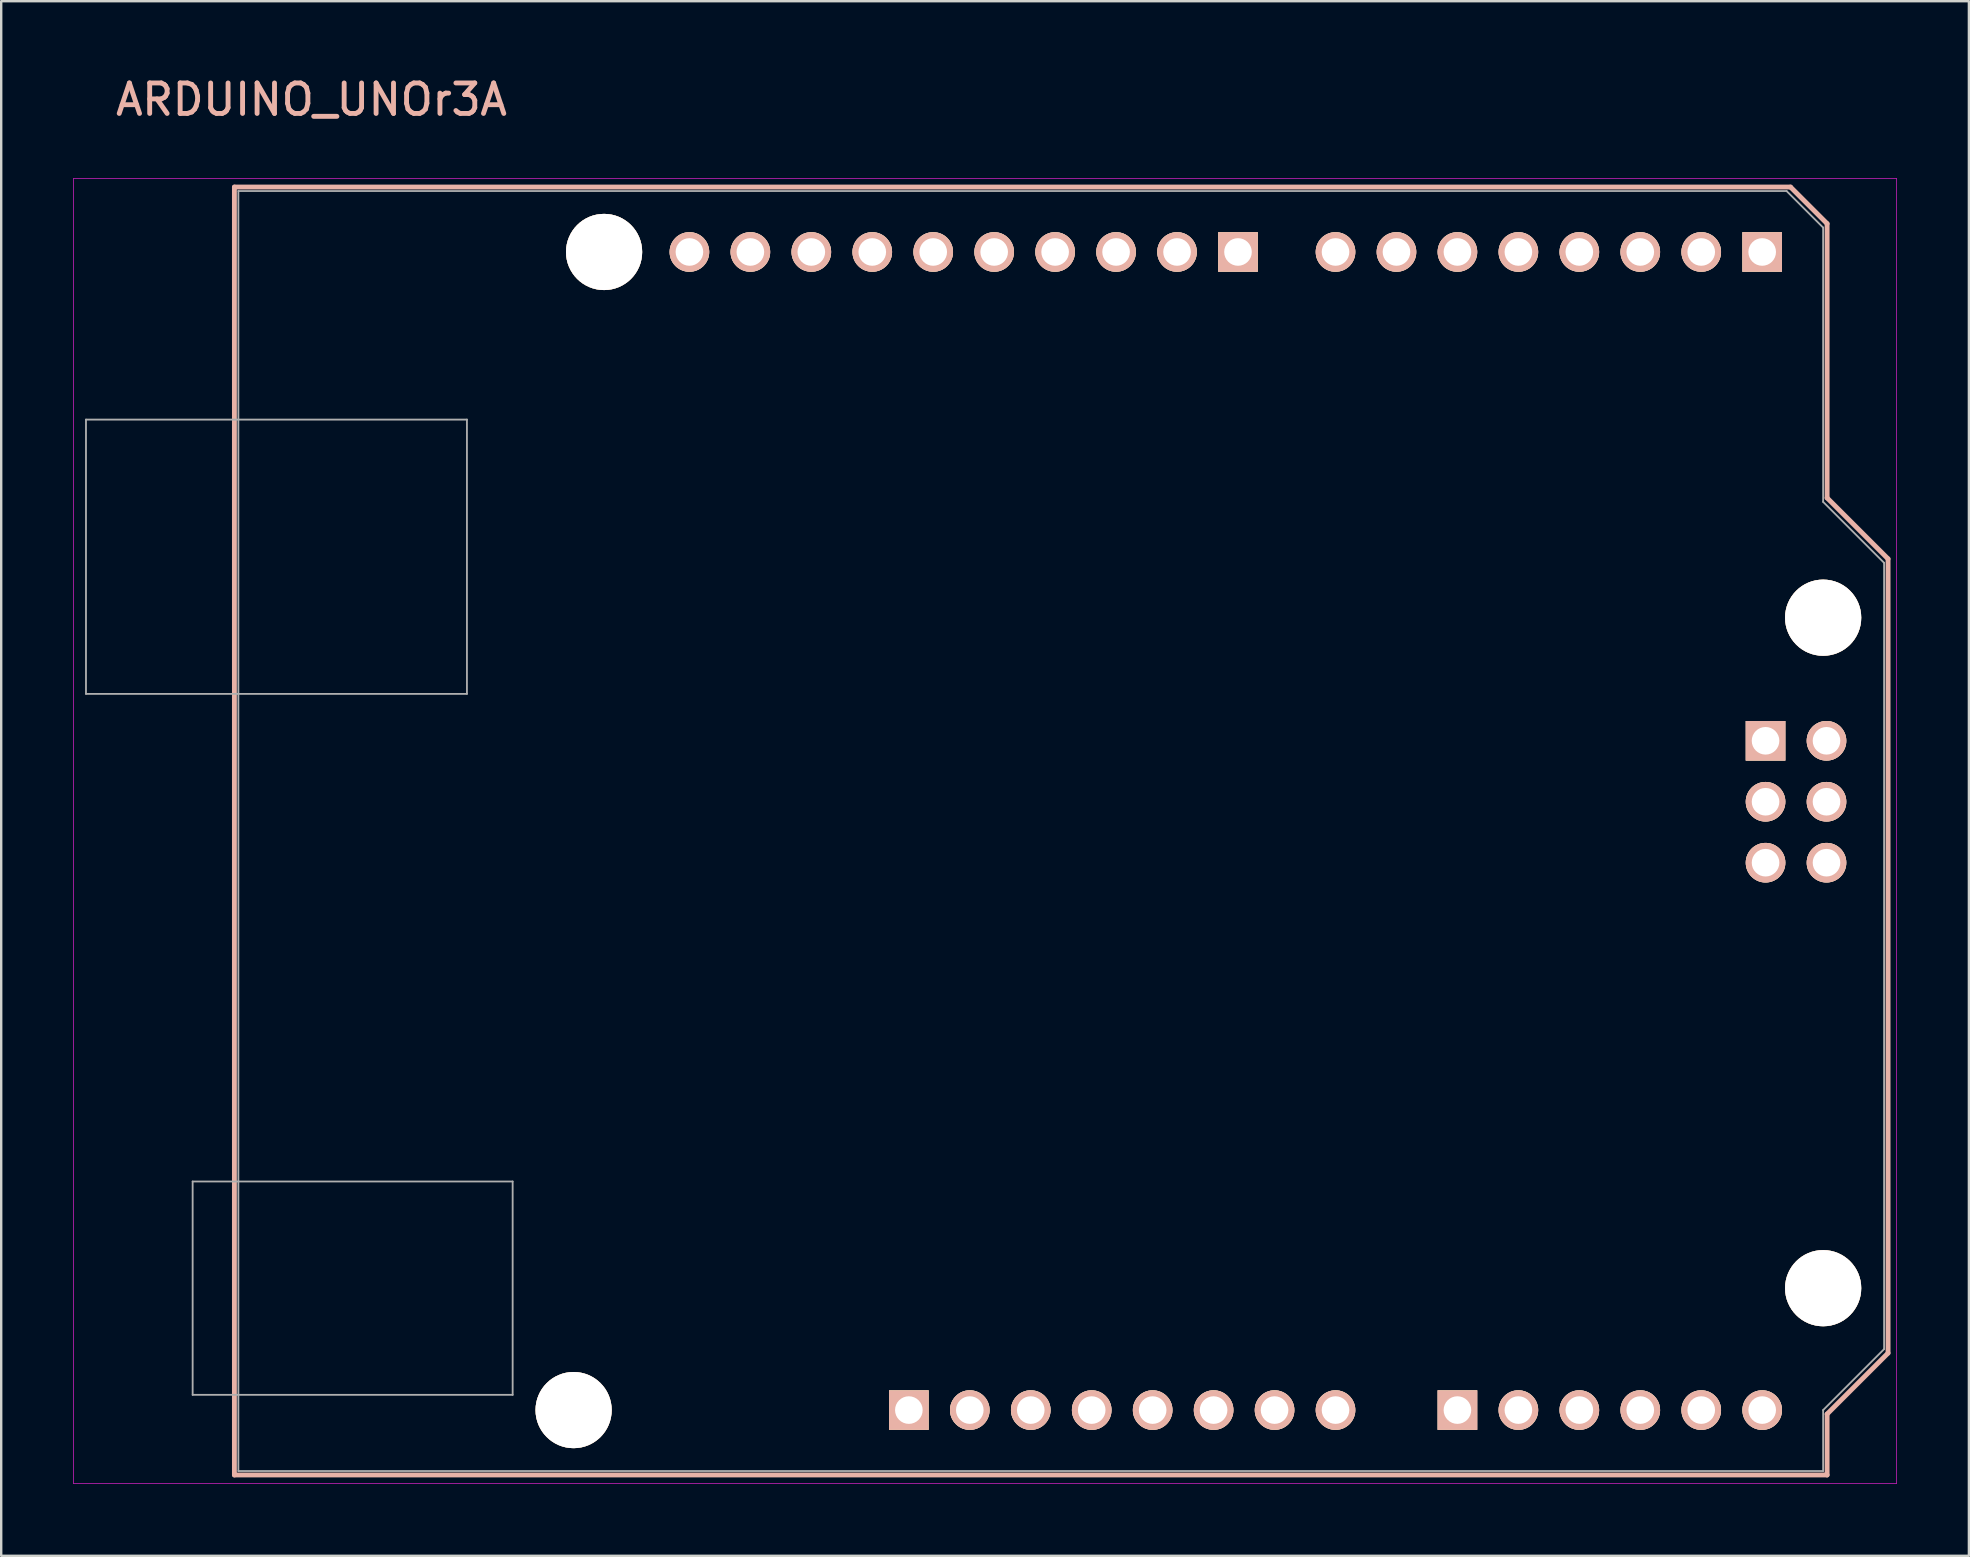
<source format=kicad_pcb>
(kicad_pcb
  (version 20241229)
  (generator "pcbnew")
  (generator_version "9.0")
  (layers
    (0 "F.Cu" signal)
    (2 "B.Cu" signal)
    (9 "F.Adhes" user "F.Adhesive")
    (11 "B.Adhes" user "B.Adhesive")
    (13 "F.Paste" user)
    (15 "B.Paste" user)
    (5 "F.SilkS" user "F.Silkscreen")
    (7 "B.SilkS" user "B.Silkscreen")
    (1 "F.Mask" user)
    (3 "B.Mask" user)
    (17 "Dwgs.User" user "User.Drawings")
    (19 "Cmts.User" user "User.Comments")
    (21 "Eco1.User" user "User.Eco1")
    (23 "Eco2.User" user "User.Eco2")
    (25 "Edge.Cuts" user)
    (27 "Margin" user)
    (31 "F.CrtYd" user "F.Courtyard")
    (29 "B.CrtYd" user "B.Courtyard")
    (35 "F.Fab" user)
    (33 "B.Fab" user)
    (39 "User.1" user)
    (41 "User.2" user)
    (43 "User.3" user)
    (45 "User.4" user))
  (footprint "ARDUINO_UNOr3A"
    (layer "F.Cu")
    (at 6.883 58.25)
    (property "Reference" "ARDUINO_UNOr3A" (at 3.048 -57.15 0) (layer "B.SilkS") (effects (font (size 1.27 1.27) (thickness 0.203))))
    (attr through_hole)
    (fp_line (start -0.165 0.165) (end -0.165 -53.505) (stroke (width 0.203) (type solid)) (layer "B.SilkS"))
    (fp_line (start 64.681 -53.505) (end -0.165 -53.505) (stroke (width 0.203) (type solid)) (layer "B.SilkS"))
    (fp_line (start 66.205 -51.981) (end 64.681 -53.505) (stroke (width 0.203) (type solid)) (layer "B.SilkS"))
    (fp_line (start 66.205 -40.551) (end 66.205 -51.981) (stroke (width 0.203) (type solid)) (layer "B.SilkS"))
    (fp_line (start 66.205 -40.551) (end 68.745 -38.011) (stroke (width 0.203) (type solid)) (layer "B.SilkS"))
    (fp_line (start 66.205 -2.375) (end 66.205 0.165) (stroke (width 0.203) (type solid)) (layer "B.SilkS"))
    (fp_line (start 66.205 0.165) (end -0.165 0.165) (stroke (width 0.203) (type solid)) (layer "B.SilkS"))
    (fp_line (start 68.745 -38.011) (end 68.745 -4.915) (stroke (width 0.203) (type solid)) (layer "B.SilkS"))
    (fp_line (start 68.745 -4.915) (end 66.205 -2.375) (stroke (width 0.203) (type solid)) (layer "B.SilkS"))
    (fp_line (start -6.871 -53.861) (end 69.101 -53.861) (stroke (width 0.025) (type solid)) (layer "F.CrtYd"))
    (fp_line (start -6.871 0.521) (end -6.871 -53.861) (stroke (width 0.025) (type solid)) (layer "F.CrtYd"))
    (fp_line (start 69.101 -53.861) (end 69.101 0.521) (stroke (width 0.025) (type solid)) (layer "F.CrtYd"))
    (fp_line (start 69.101 0.521) (end -6.871 0.521) (stroke (width 0.025) (type solid)) (layer "F.CrtYd"))
    (fp_line (start -6.35 -43.815) (end 9.525 -43.815) (stroke (width 0.076) (type solid)) (layer "F.Fab"))
    (fp_line (start -6.35 -32.385) (end -6.35 -43.815) (stroke (width 0.076) (type solid)) (layer "F.Fab"))
    (fp_line (start -1.905 -12.065) (end 11.43 -12.065) (stroke (width 0.076) (type solid)) (layer "F.Fab"))
    (fp_line (start -1.905 -3.175) (end -1.905 -12.065) (stroke (width 0.076) (type solid)) (layer "F.Fab"))
    (fp_line (start 0 0) (end 0 -53.34) (stroke (width 0.076) (type solid)) (layer "F.Fab"))
    (fp_line (start 9.525 -43.815) (end 9.525 -32.385) (stroke (width 0.076) (type solid)) (layer "F.Fab"))
    (fp_line (start 9.525 -32.385) (end -6.35 -32.385) (stroke (width 0.076) (type solid)) (layer "F.Fab"))
    (fp_line (start 11.43 -12.065) (end 11.43 -3.175) (stroke (width 0.076) (type solid)) (layer "F.Fab"))
    (fp_line (start 11.43 -3.175) (end -1.905 -3.175) (stroke (width 0.076) (type solid)) (layer "F.Fab"))
    (fp_line (start 64.516 -53.34) (end 0 -53.34) (stroke (width 0.076) (type solid)) (layer "F.Fab"))
    (fp_line (start 66.04 -51.816) (end 64.516 -53.34) (stroke (width 0.076) (type solid)) (layer "F.Fab"))
    (fp_line (start 66.04 -40.386) (end 66.04 -51.816) (stroke (width 0.076) (type solid)) (layer "F.Fab"))
    (fp_line (start 66.04 -40.386) (end 68.58 -37.846) (stroke (width 0.076) (type solid)) (layer "F.Fab"))
    (fp_line (start 66.04 -2.54) (end 66.04 0) (stroke (width 0.076) (type solid)) (layer "F.Fab"))
    (fp_line (start 66.04 0) (end 0 0) (stroke (width 0.076) (type solid)) (layer "F.Fab"))
    (fp_line (start 68.58 -37.846) (end 68.58 -5.08) (stroke (width 0.076) (type solid)) (layer "F.Fab"))
    (fp_line (start 68.58 -5.08) (end 66.04 -2.54) (stroke (width 0.076) (type solid)) (layer "F.Fab"))
    (pad "" np_thru_hole circle (at 13.97 -2.54 180) (size 3.175 3.175) (drill 3.175) (layers "*.Cu" "*.SilkS" "*.Mask"))
    (pad "" np_thru_hole circle (at 15.24 -50.8 180) (size 3.175 3.175) (drill 3.175) (layers "*.Cu" "*.SilkS" "*.Mask"))
    (pad "" np_thru_hole circle (at 66.04 -35.56 180) (size 3.175 3.175) (drill 3.175) (layers "*.Cu" "*.SilkS" "*.Mask"))
    (pad "" np_thru_hole circle (at 66.04 -7.62 180) (size 3.175 3.175) (drill 3.175) (layers "*.Cu" "*.SilkS" "*.Mask"))
    (pad "A1" thru_hole rect (at 50.8 -2.54) (size 1.65 1.65) (drill 1.15) (layers "*.Cu" "*.SilkS" "*.Mask"))
    (pad "A2" thru_hole circle (at 53.34 -2.54) (size 1.65 1.65) (drill 1.15) (layers "*.Cu" "*.SilkS" "*.Mask"))
    (pad "A3" thru_hole circle (at 55.88 -2.54) (size 1.65 1.65) (drill 1.15) (layers "*.Cu" "*.SilkS" "*.Mask"))
    (pad "A4" thru_hole circle (at 58.42 -2.54) (size 1.65 1.65) (drill 1.15) (layers "*.Cu" "*.SilkS" "*.Mask"))
    (pad "A5" thru_hole circle (at 60.96 -2.54) (size 1.65 1.65) (drill 1.15) (layers "*.Cu" "*.SilkS" "*.Mask"))
    (pad "A6" thru_hole circle (at 63.5 -2.54) (size 1.65 1.65) (drill 1.15) (layers "*.Cu" "*.SilkS" "*.Mask"))
    (pad "H1" thru_hole rect (at 41.656 -50.8) (size 1.65 1.65) (drill 1.15) (layers "*.Cu" "*.SilkS" "*.Mask"))
    (pad "H2" thru_hole circle (at 39.116 -50.8) (size 1.65 1.65) (drill 1.15) (layers "*.Cu" "*.SilkS" "*.Mask"))
    (pad "H3" thru_hole circle (at 36.576 -50.8) (size 1.65 1.65) (drill 1.15) (layers "*.Cu" "*.SilkS" "*.Mask"))
    (pad "H4" thru_hole circle (at 34.036 -50.8) (size 1.65 1.65) (drill 1.15) (layers "*.Cu" "*.SilkS" "*.Mask"))
    (pad "H5" thru_hole circle (at 31.496 -50.8) (size 1.65 1.65) (drill 1.15) (layers "*.Cu" "*.SilkS" "*.Mask"))
    (pad "H6" thru_hole circle (at 28.956 -50.8) (size 1.65 1.65) (drill 1.15) (layers "*.Cu" "*.SilkS" "*.Mask"))
    (pad "H7" thru_hole circle (at 26.416 -50.8) (size 1.65 1.65) (drill 1.15) (layers "*.Cu" "*.SilkS" "*.Mask"))
    (pad "H8" thru_hole circle (at 23.876 -50.8) (size 1.65 1.65) (drill 1.15) (layers "*.Cu" "*.SilkS" "*.Mask"))
    (pad "H9" thru_hole circle (at 21.336 -50.8) (size 1.65 1.65) (drill 1.15) (layers "*.Cu" "*.SilkS" "*.Mask"))
    (pad "H10" thru_hole circle (at 18.796 -50.8) (size 1.65 1.65) (drill 1.15) (layers "*.Cu" "*.SilkS" "*.Mask"))
    (pad "ISP1" thru_hole rect (at 63.64 -30.43) (size 1.65 1.65) (drill 1.15) (layers "*.Cu" "*.SilkS" "*.Mask"))
    (pad "ISP2" thru_hole circle (at 66.18 -30.43) (size 1.65 1.65) (drill 1.15) (layers "*.Cu" "*.SilkS" "*.Mask"))
    (pad "ISP3" thru_hole circle (at 63.64 -27.89) (size 1.65 1.65) (drill 1.15) (layers "*.Cu" "*.SilkS" "*.Mask"))
    (pad "ISP4" thru_hole circle (at 66.18 -27.89) (size 1.65 1.65) (drill 1.15) (layers "*.Cu" "*.SilkS" "*.Mask"))
    (pad "ISP5" thru_hole circle (at 63.64 -25.35) (size 1.65 1.65) (drill 1.15) (layers "*.Cu" "*.SilkS" "*.Mask"))
    (pad "ISP6" thru_hole circle (at 66.18 -25.35) (size 1.65 1.65) (drill 1.15) (layers "*.Cu" "*.SilkS" "*.Mask"))
    (pad "L1" thru_hole rect (at 63.5 -50.8) (size 1.65 1.65) (drill 1.15) (layers "*.Cu" "*.SilkS" "*.Mask"))
    (pad "L2" thru_hole circle (at 60.96 -50.8) (size 1.65 1.65) (drill 1.15) (layers "*.Cu" "*.SilkS" "*.Mask"))
    (pad "L3" thru_hole circle (at 58.42 -50.8) (size 1.65 1.65) (drill 1.15) (layers "*.Cu" "*.SilkS" "*.Mask"))
    (pad "L4" thru_hole circle (at 55.88 -50.8) (size 1.65 1.65) (drill 1.15) (layers "*.Cu" "*.SilkS" "*.Mask"))
    (pad "L5" thru_hole circle (at 53.34 -50.8) (size 1.65 1.65) (drill 1.15) (layers "*.Cu" "*.SilkS" "*.Mask"))
    (pad "L6" thru_hole circle (at 50.8 -50.8) (size 1.65 1.65) (drill 1.15) (layers "*.Cu" "*.SilkS" "*.Mask"))
    (pad "L7" thru_hole circle (at 48.26 -50.8) (size 1.65 1.65) (drill 1.15) (layers "*.Cu" "*.SilkS" "*.Mask"))
    (pad "L8" thru_hole circle (at 45.72 -50.8) (size 1.65 1.65) (drill 1.15) (layers "*.Cu" "*.SilkS" "*.Mask"))
    (pad "P1" thru_hole rect (at 27.94 -2.54) (size 1.65 1.65) (drill 1.15) (layers "*.Cu" "*.SilkS" "*.Mask"))
    (pad "P2" thru_hole circle (at 30.48 -2.54) (size 1.65 1.65) (drill 1.15) (layers "*.Cu" "*.SilkS" "*.Mask"))
    (pad "P3" thru_hole circle (at 33.02 -2.54) (size 1.65 1.65) (drill 1.15) (layers "*.Cu" "*.SilkS" "*.Mask"))
    (pad "P4" thru_hole circle (at 35.56 -2.54) (size 1.65 1.65) (drill 1.15) (layers "*.Cu" "*.SilkS" "*.Mask"))
    (pad "P5" thru_hole circle (at 38.1 -2.54) (size 1.65 1.65) (drill 1.15) (layers "*.Cu" "*.SilkS" "*.Mask"))
    (pad "P6" thru_hole circle (at 40.64 -2.54) (size 1.65 1.65) (drill 1.15) (layers "*.Cu" "*.SilkS" "*.Mask"))
    (pad "P7" thru_hole circle (at 43.18 -2.54) (size 1.65 1.65) (drill 1.15) (layers "*.Cu" "*.SilkS" "*.Mask"))
    (pad "P8" thru_hole circle (at 45.72 -2.54) (size 1.65 1.65) (drill 1.15) (layers "*.Cu" "*.SilkS" "*.Mask")))
  (gr_rect
    (start -3 -3)
    (end 78.997 61.783)
    (stroke (width 0.1) (type default))
    (fill no)
    (layer "Edge.Cuts")))
</source>
